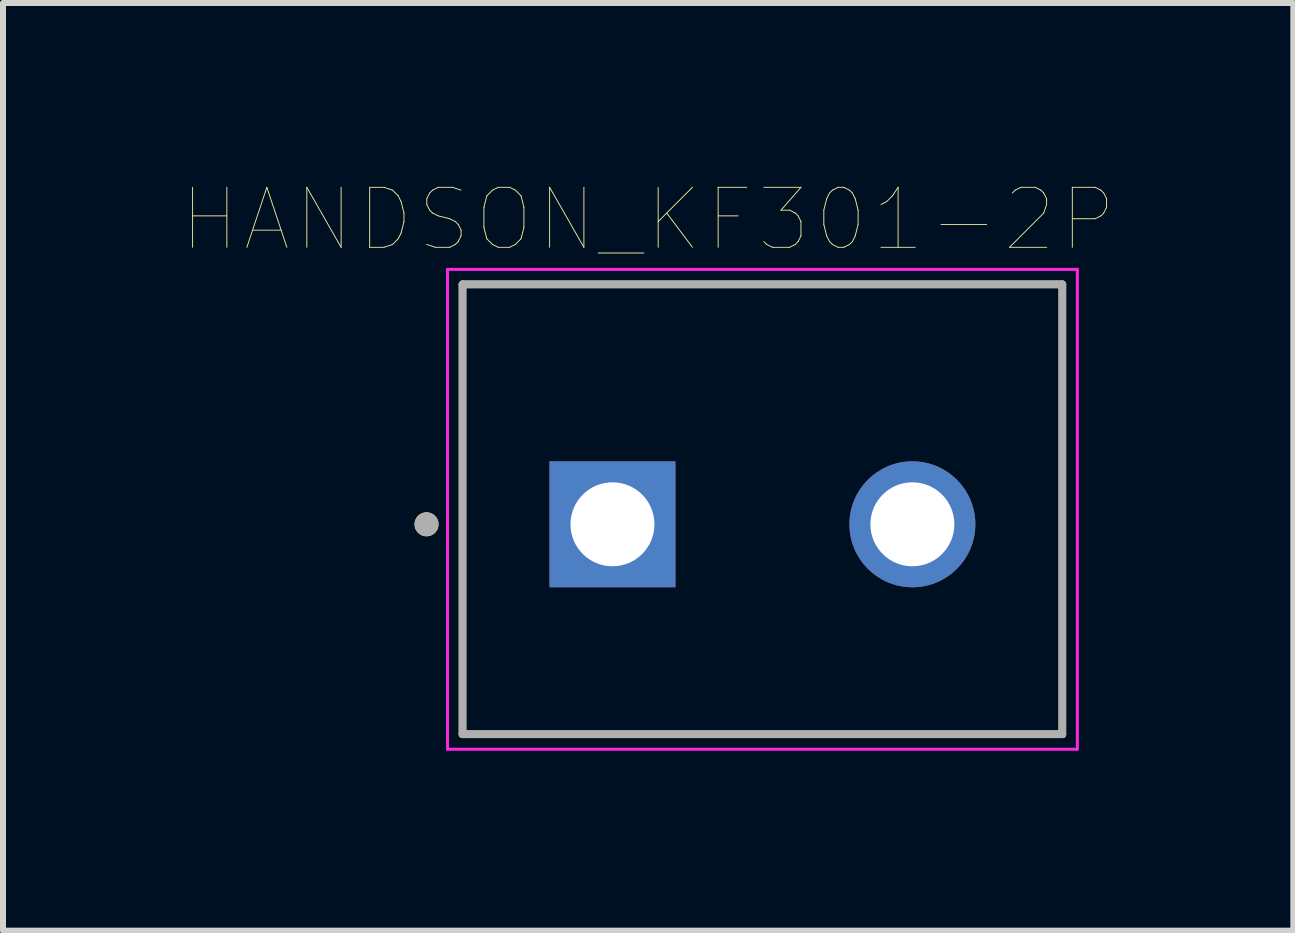
<source format=kicad_pcb>
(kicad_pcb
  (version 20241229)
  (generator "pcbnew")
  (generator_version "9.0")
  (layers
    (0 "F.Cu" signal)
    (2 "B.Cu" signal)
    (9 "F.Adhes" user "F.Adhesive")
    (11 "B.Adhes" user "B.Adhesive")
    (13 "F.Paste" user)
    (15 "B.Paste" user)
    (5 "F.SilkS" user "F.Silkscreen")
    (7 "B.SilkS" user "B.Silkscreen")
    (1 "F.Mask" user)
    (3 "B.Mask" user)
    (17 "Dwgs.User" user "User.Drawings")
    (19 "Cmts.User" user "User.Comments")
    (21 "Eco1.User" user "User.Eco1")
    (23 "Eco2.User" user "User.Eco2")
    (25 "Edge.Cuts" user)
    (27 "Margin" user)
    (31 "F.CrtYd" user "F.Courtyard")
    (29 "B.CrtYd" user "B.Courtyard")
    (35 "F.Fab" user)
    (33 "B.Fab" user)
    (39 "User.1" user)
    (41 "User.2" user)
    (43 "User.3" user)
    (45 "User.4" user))
  (footprint "HANDSON_KF301-2P"
    (layer "F.Cu")
    (at 9.661 5.691)
    (property "Reference" "HANDSON_KF301-2P" (at -1.905 -5.08 0) (layer "F.SilkS") (effects (font (size 1 1) (thickness 0.015))))
    (attr through_hole)
    (fp_line (start -5 -4) (end 5 -4) (stroke (width 0.127) (type solid)) (layer "F.SilkS"))
    (fp_line (start -5 3.5) (end -5 -4) (stroke (width 0.127) (type solid)) (layer "F.SilkS"))
    (fp_line (start 5 -4) (end 5 3.5) (stroke (width 0.127) (type solid)) (layer "F.SilkS"))
    (fp_line (start 5 3.5) (end -5 3.5) (stroke (width 0.127) (type solid)) (layer "F.SilkS"))
    (fp_circle (center -5.6 0) (end -5.5 0) (stroke (width 0.2) (type solid)) (fill no) (layer "F.SilkS"))
    (fp_line (start -5.25 -4.25) (end 5.25 -4.25) (stroke (width 0.05) (type solid)) (layer "F.CrtYd"))
    (fp_line (start -5.25 3.75) (end -5.25 -4.25) (stroke (width 0.05) (type solid)) (layer "F.CrtYd"))
    (fp_line (start 5.25 -4.25) (end 5.25 3.75) (stroke (width 0.05) (type solid)) (layer "F.CrtYd"))
    (fp_line (start 5.25 3.75) (end -5.25 3.75) (stroke (width 0.05) (type solid)) (layer "F.CrtYd"))
    (fp_line (start -5 -4) (end 5 -4) (stroke (width 0.127) (type solid)) (layer "F.Fab"))
    (fp_line (start -5 3.5) (end -5 -4) (stroke (width 0.127) (type solid)) (layer "F.Fab"))
    (fp_line (start 5 -4) (end 5 3.5) (stroke (width 0.127) (type solid)) (layer "F.Fab"))
    (fp_line (start 5 3.5) (end -5 3.5) (stroke (width 0.127) (type solid)) (layer "F.Fab"))
    (fp_circle (center -5.6 0) (end -5.5 0) (stroke (width 0.2) (type solid)) (fill no) (layer "F.Fab"))
    (pad "1" thru_hole rect (at -2.5 0) (size 2.1 2.1) (drill 1.4) (layers "*.Cu" "*.Mask"))
    (pad "2" thru_hole circle (at 2.5 0) (size 2.1 2.1) (drill 1.4) (layers "*.Cu" "*.Mask")))
  (gr_rect
    (start -3 -3)
    (end 18.512 12.466)
    (stroke (width 0.1) (type default))
    (fill no)
    (layer "Edge.Cuts")))
</source>
